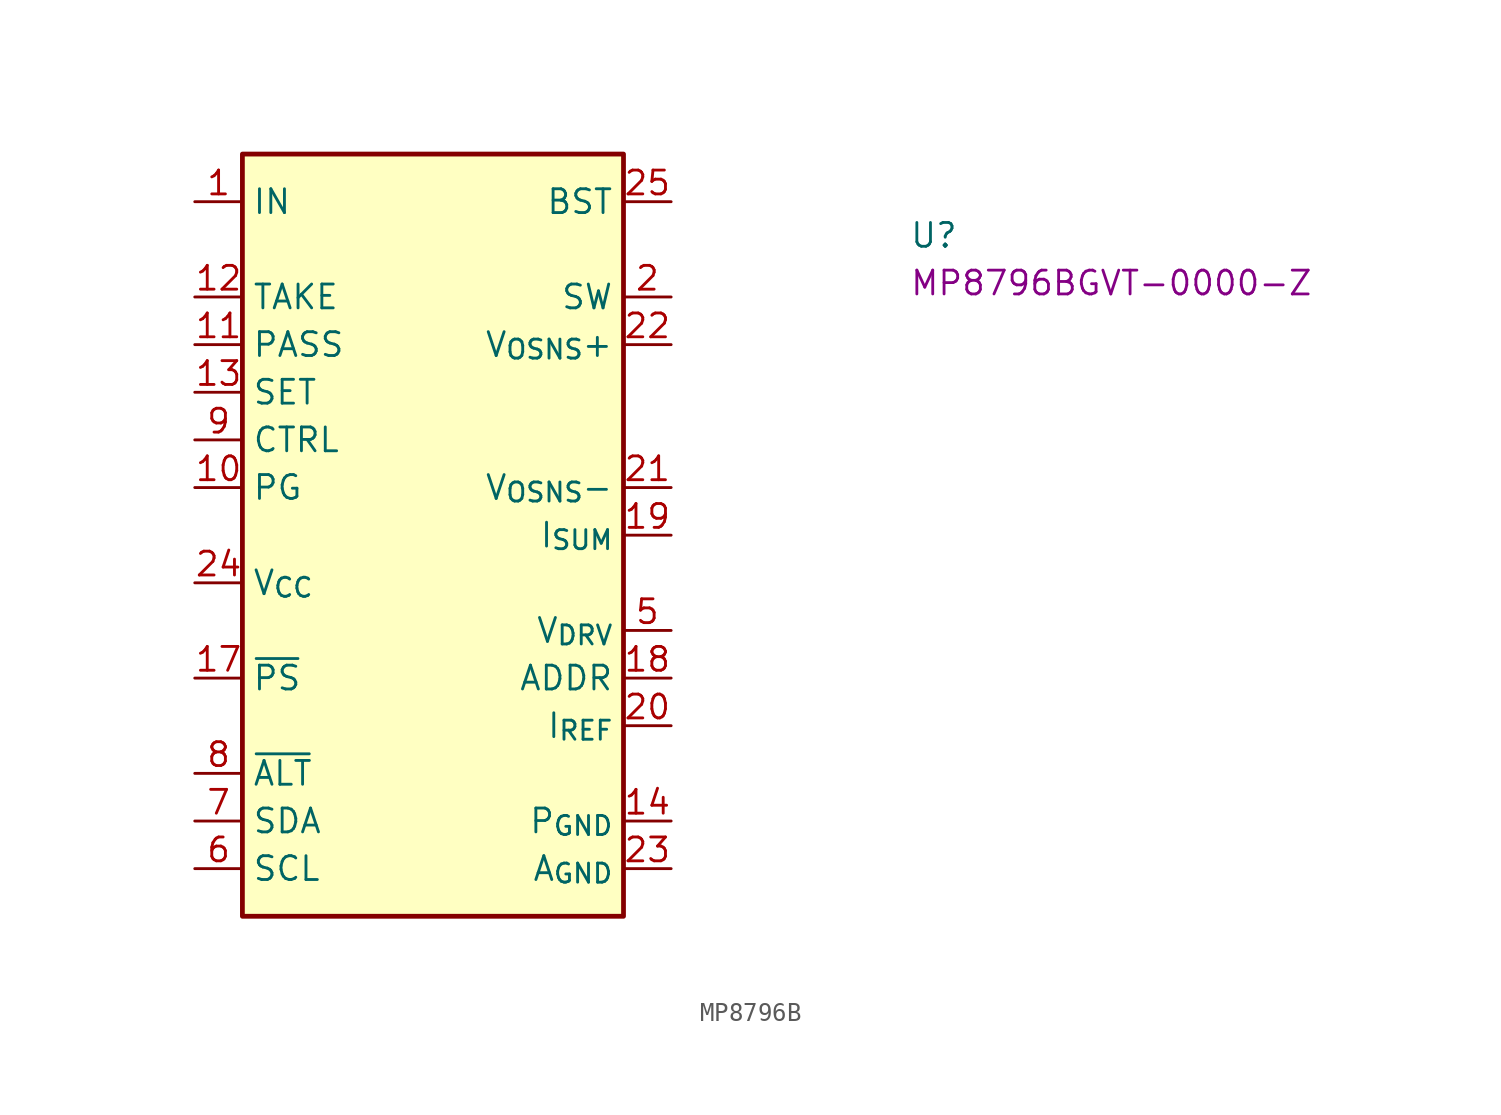
<source format=kicad_sym>
(kicad_symbol_lib
  (version 20220914)
  (generator kicad_symbol_editor)
  (symbol "MP8796B"
    (property "Reference" "U"
      (at 38.1 -2.54 0)
      (effects (font (size 1.27 1.27) (thickness 0.15)) (justify left bottom)))
    (property "MPN" "MP8796BGVT-0000-Z"
      (at 38.1 -5.08 0)
      (effects (font (size 1.27 1.27) (thickness 0.15)) (justify left bottom)))
    (symbol "MP8796B_1_1"
      (rectangle (start 2.54 2.54) (end 22.86 -38.1) (stroke (width 0.254) (type default)) (fill (type background)))
      (pin power_in line (at 0 0 0) (length 2.54) (name "IN" (effects (font (size 1.27 1.27)))) (number "1" (effects (font (size 1.27 1.27)))))
      (pin open_collector line (at 0 -15.24 0) (length 2.54) (name "PG" (effects (font (size 1.27 1.27)))) (number "10" (effects (font (size 1.27 1.27)))))
      (pin output line (at 0 -7.62 0) (length 2.54) (name "PASS" (effects (font (size 1.27 1.27)))) (number "11" (effects (font (size 1.27 1.27)))))
      (pin input line (at 0 -5.08 0) (length 2.54) (name "TAKE" (effects (font (size 1.27 1.27)))) (number "12" (effects (font (size 1.27 1.27)))))
      (pin bidirectional line (at 0 -10.16 0) (length 2.54) (name "SET" (effects (font (size 1.27 1.27)))) (number "13" (effects (font (size 1.27 1.27)))))
      (pin power_in line (at 25.4 -33.02 180) (length 2.54) (name "P_{GND}" (effects (font (size 1.27 1.27)))) (number "14" (effects (font (size 1.27 1.27)))))
      (pin passive line (at 25.4 -33.02 180) (length 2.54) hide (name "P_{GND}" (effects (font (size 1.27 1.27)))) (number "15" (effects (font (size 1.27 1.27)))))
      (pin passive line (at 0 0 0) (length 2.54) hide (name "IN" (effects (font (size 1.27 1.27)))) (number "16" (effects (font (size 1.27 1.27)))))
      (pin passive line (at 0 -25.4 0) (length 2.54) (name "~{PS}" (effects (font (size 1.27 1.27)))) (number "17" (effects (font (size 1.27 1.27)))))
      (pin passive line (at 25.4 -25.4 180) (length 2.54) (name "ADDR" (effects (font (size 1.27 1.27)))) (number "18" (effects (font (size 1.27 1.27)))))
      (pin passive line (at 25.4 -17.78 180) (length 2.54) (name "I_{SUM}" (effects (font (size 1.27 1.27)))) (number "19" (effects (font (size 1.27 1.27)))))
      (pin passive line (at 25.4 -5.08 180) (length 2.54) (name "SW" (effects (font (size 1.27 1.27)))) (number "2" (effects (font (size 1.27 1.27)))))
      (pin passive line (at 25.4 -27.94 180) (length 2.54) (name "I_{REF}" (effects (font (size 1.27 1.27)))) (number "20" (effects (font (size 1.27 1.27)))))
      (pin passive line (at 25.4 -15.24 180) (length 2.54) (name "V_{OSNS}-" (effects (font (size 1.27 1.27)))) (number "21" (effects (font (size 1.27 1.27)))))
      (pin passive line (at 25.4 -7.62 180) (length 2.54) (name "V_{OSNS}+" (effects (font (size 1.27 1.27)))) (number "22" (effects (font (size 1.27 1.27)))))
      (pin power_in line (at 25.4 -35.56 180) (length 2.54) (name "A_{GND}" (effects (font (size 1.27 1.27)))) (number "23" (effects (font (size 1.27 1.27)))))
      (pin power_out line (at 0 -20.32 0) (length 2.54) (name "V_{CC}" (effects (font (size 1.27 1.27)))) (number "24" (effects (font (size 1.27 1.27)))))
      (pin passive line (at 25.4 0 180) (length 2.54) (name "BST" (effects (font (size 1.27 1.27)))) (number "25" (effects (font (size 1.27 1.27)))))
      (pin passive line (at 25.4 -5.08 180) (length 2.54) hide (name "SW" (effects (font (size 1.27 1.27)))) (number "3" (effects (font (size 1.27 1.27)))))
      (pin passive line (at 25.4 -33.02 180) (length 2.54) hide (name "P_{GND}" (effects (font (size 1.27 1.27)))) (number "4" (effects (font (size 1.27 1.27)))))
      (pin passive line (at 25.4 -22.86 180) (length 2.54) (name "V_{DRV}" (effects (font (size 1.27 1.27)))) (number "5" (effects (font (size 1.27 1.27)))))
      (pin open_collector line (at 0 -35.56 0) (length 2.54) (name "SCL" (effects (font (size 1.27 1.27)))) (number "6" (effects (font (size 1.27 1.27)))))
      (pin open_collector line (at 0 -33.02 0) (length 2.54) (name "SDA" (effects (font (size 1.27 1.27)))) (number "7" (effects (font (size 1.27 1.27)))))
      (pin open_collector line (at 0 -30.48 0) (length 2.54) (name "~{ALT}" (effects (font (size 1.27 1.27)))) (number "8" (effects (font (size 1.27 1.27)))))
      (pin input line (at 0 -12.7 0) (length 2.54) (name "CTRL" (effects (font (size 1.27 1.27)))) (number "9" (effects (font (size 1.27 1.27))))))))
</source>
